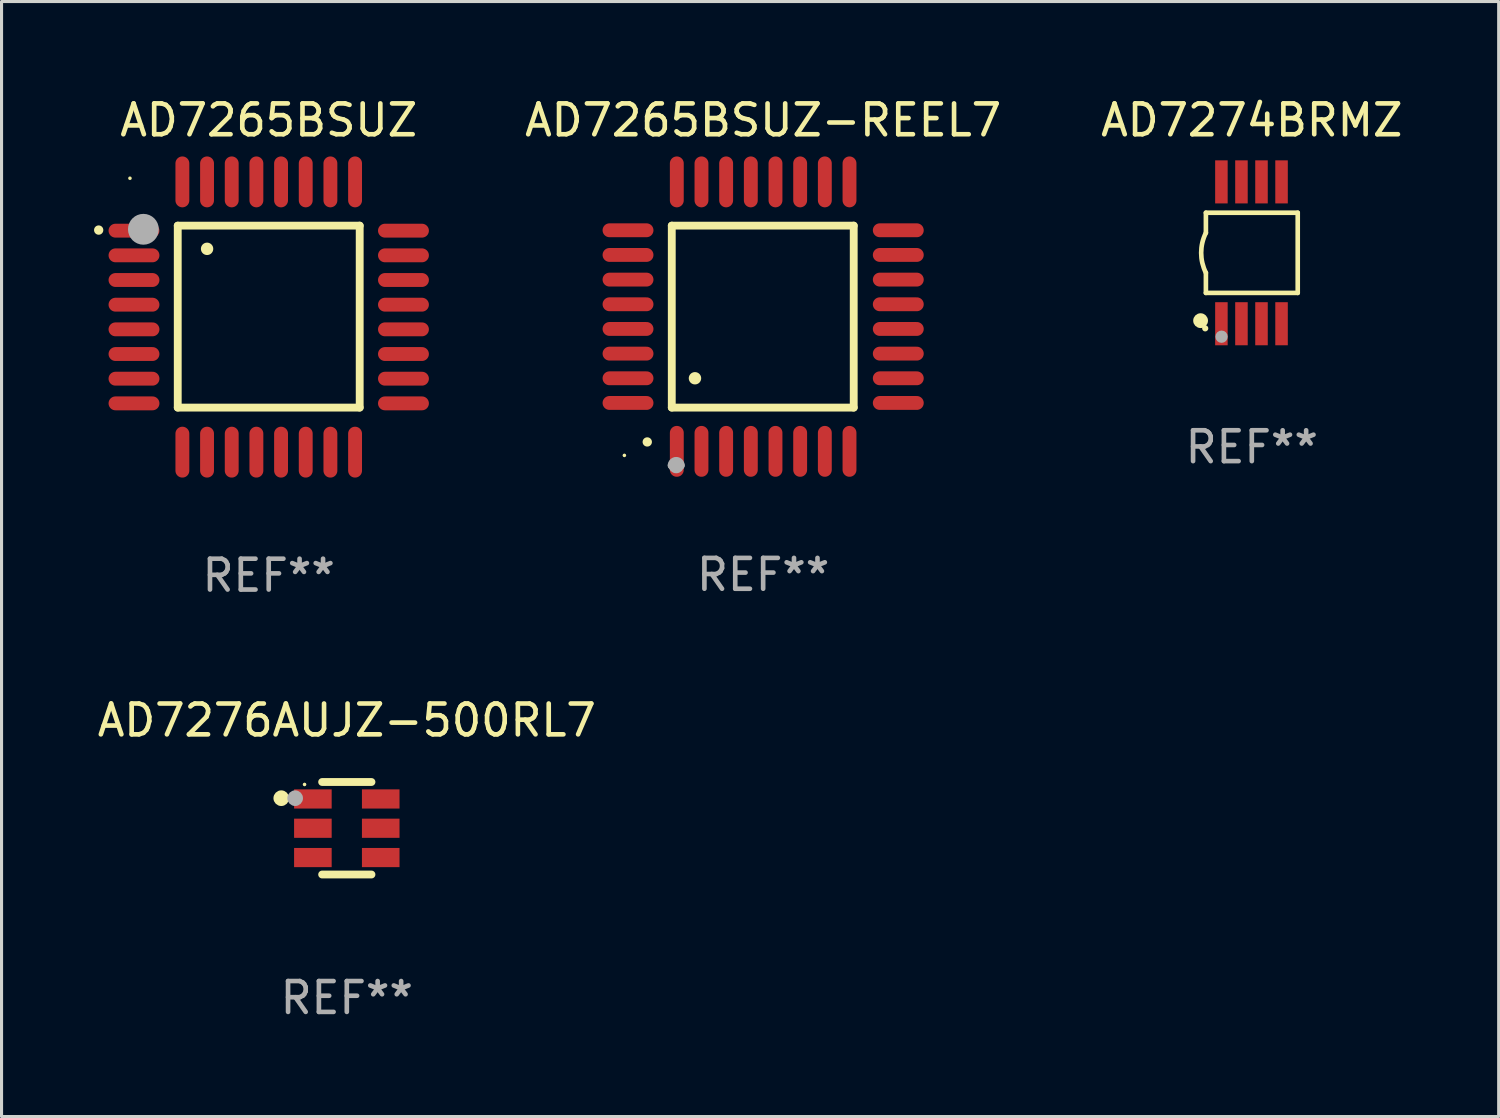
<source format=kicad_pcb>
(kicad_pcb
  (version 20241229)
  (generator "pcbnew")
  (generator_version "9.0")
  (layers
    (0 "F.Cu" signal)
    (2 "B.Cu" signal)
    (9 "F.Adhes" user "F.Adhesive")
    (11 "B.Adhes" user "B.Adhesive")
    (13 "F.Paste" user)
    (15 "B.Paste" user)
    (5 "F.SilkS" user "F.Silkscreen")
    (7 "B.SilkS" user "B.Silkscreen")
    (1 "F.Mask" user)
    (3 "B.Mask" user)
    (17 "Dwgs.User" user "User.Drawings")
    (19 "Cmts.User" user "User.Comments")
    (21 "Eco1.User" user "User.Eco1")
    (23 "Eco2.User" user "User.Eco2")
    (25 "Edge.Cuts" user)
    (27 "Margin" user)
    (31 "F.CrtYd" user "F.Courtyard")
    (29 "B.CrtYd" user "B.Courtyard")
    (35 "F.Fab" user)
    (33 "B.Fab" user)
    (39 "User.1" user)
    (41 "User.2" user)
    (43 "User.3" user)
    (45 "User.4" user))
  (footprint "AD7265BSUZ"
    (layer "F.Cu")
    (at 5.664 7.23)
    (property "Reference" "AD7265BSUZ" (at 0 -6.382 0) (layer "F.SilkS") (effects (font (size 1 1) (thickness 0.15))))
    (attr through_hole)
    (fp_line (start -2.95 -2.963) (end -2.95 2.937) (stroke (width 0.254) (type solid)) (layer "F.SilkS"))
    (fp_line (start -2.95 2.937) (end 2.95 2.937) (stroke (width 0.254) (type solid)) (layer "F.SilkS"))
    (fp_line (start 2.95 -2.963) (end -2.95 -2.963) (stroke (width 0.254) (type solid)) (layer "F.SilkS"))
    (fp_line (start 2.95 2.937) (end 2.95 -2.963) (stroke (width 0.254) (type solid)) (layer "F.SilkS"))
    (fp_arc (start -5.514199 -2.818136) (mid -5.514204 -2.819406) (end -5.514199 -2.820676) (stroke (width 0.3) (type solid)) (layer "F.SilkS"))
    (fp_arc (start -1.998984 -2.209804) (mid -1.998988 -2.211074) (end -1.998984 -2.212344) (stroke (width 0.4) (type solid)) (layer "F.SilkS"))
    (fp_circle (center -4.5 -4.5) (end -4.47 -4.5) (stroke (width 0.06) (type solid)) (fill no) (layer "F.SilkS"))
    (fp_circle (center -4.064 -2.845) (end -3.814 -2.845) (stroke (width 0.5) (type solid)) (fill no) (layer "F.Fab"))
    (fp_text user "REF**" (at 0 8.382 0) (layer "F.Fab") (effects (font (size 1 1) (thickness 0.15))))
    (pad "1" smd oval (at -4.369 -2.8 90) (size 0.45 1.65) (layers "F.Cu" "F.Mask" "F.Paste"))
    (pad "2" smd oval (at -4.369 -2 90) (size 0.45 1.65) (layers "F.Cu" "F.Mask" "F.Paste"))
    (pad "3" smd oval (at -4.369 -1.2 90) (size 0.45 1.65) (layers "F.Cu" "F.Mask" "F.Paste"))
    (pad "4" smd oval (at -4.369 -0.4 90) (size 0.45 1.65) (layers "F.Cu" "F.Mask" "F.Paste"))
    (pad "5" smd oval (at -4.369 0.4 90) (size 0.45 1.65) (layers "F.Cu" "F.Mask" "F.Paste"))
    (pad "6" smd oval (at -4.369 1.2 90) (size 0.45 1.65) (layers "F.Cu" "F.Mask" "F.Paste"))
    (pad "7" smd oval (at -4.369 2 90) (size 0.45 1.65) (layers "F.Cu" "F.Mask" "F.Paste"))
    (pad "8" smd oval (at -4.369 2.8 90) (size 0.45 1.65) (layers "F.Cu" "F.Mask" "F.Paste"))
    (pad "9" smd oval (at -2.8 4.382) (size 0.45 1.65) (layers "F.Cu" "F.Mask" "F.Paste"))
    (pad "10" smd oval (at -2 4.382) (size 0.45 1.65) (layers "F.Cu" "F.Mask" "F.Paste"))
    (pad "11" smd oval (at -1.2 4.382) (size 0.45 1.65) (layers "F.Cu" "F.Mask" "F.Paste"))
    (pad "12" smd oval (at -0.4 4.382) (size 0.45 1.65) (layers "F.Cu" "F.Mask" "F.Paste"))
    (pad "13" smd oval (at 0.4 4.382) (size 0.45 1.65) (layers "F.Cu" "F.Mask" "F.Paste"))
    (pad "14" smd oval (at 1.2 4.382) (size 0.45 1.65) (layers "F.Cu" "F.Mask" "F.Paste"))
    (pad "15" smd oval (at 2 4.382) (size 0.45 1.65) (layers "F.Cu" "F.Mask" "F.Paste"))
    (pad "16" smd oval (at 2.8 4.382) (size 0.45 1.65) (layers "F.Cu" "F.Mask" "F.Paste"))
    (pad "17" smd oval (at 4.369 2.8 90) (size 0.45 1.65) (layers "F.Cu" "F.Mask" "F.Paste"))
    (pad "18" smd oval (at 4.369 2 90) (size 0.45 1.65) (layers "F.Cu" "F.Mask" "F.Paste"))
    (pad "19" smd oval (at 4.369 1.2 90) (size 0.45 1.65) (layers "F.Cu" "F.Mask" "F.Paste"))
    (pad "20" smd oval (at 4.369 0.4 90) (size 0.45 1.65) (layers "F.Cu" "F.Mask" "F.Paste"))
    (pad "21" smd oval (at 4.369 -0.4 90) (size 0.45 1.65) (layers "F.Cu" "F.Mask" "F.Paste"))
    (pad "22" smd oval (at 4.369 -1.2 90) (size 0.45 1.65) (layers "F.Cu" "F.Mask" "F.Paste"))
    (pad "23" smd oval (at 4.369 -2 90) (size 0.45 1.65) (layers "F.Cu" "F.Mask" "F.Paste"))
    (pad "24" smd oval (at 4.369 -2.8 90) (size 0.45 1.65) (layers "F.Cu" "F.Mask" "F.Paste"))
    (pad "25" smd oval (at 2.8 -4.382) (size 0.45 1.65) (layers "F.Cu" "F.Mask" "F.Paste"))
    (pad "26" smd oval (at 2 -4.382) (size 0.45 1.65) (layers "F.Cu" "F.Mask" "F.Paste"))
    (pad "27" smd oval (at 1.2 -4.382) (size 0.45 1.65) (layers "F.Cu" "F.Mask" "F.Paste"))
    (pad "28" smd oval (at 0.4 -4.382) (size 0.45 1.65) (layers "F.Cu" "F.Mask" "F.Paste"))
    (pad "29" smd oval (at -0.4 -4.382) (size 0.45 1.65) (layers "F.Cu" "F.Mask" "F.Paste"))
    (pad "30" smd oval (at -1.2 -4.382) (size 0.45 1.65) (layers "F.Cu" "F.Mask" "F.Paste"))
    (pad "31" smd oval (at -2 -4.382) (size 0.45 1.65) (layers "F.Cu" "F.Mask" "F.Paste"))
    (pad "32" smd oval (at -2.8 -4.382) (size 0.45 1.65) (layers "F.Cu" "F.Mask" "F.Paste")))
  (footprint "AD7276AUJZ-500RL7"
    (layer "F.Cu")
    (at 8.196 23.808)
    (property "Reference" "AD7276AUJZ-500RL7" (at 0 -3.5 0) (layer "F.SilkS") (effects (font (size 1 1) (thickness 0.15))))
    (attr through_hole)
    (fp_line (start -0.8 -1.5) (end 0.8 -1.5) (stroke (width 0.254) (type solid)) (layer "F.SilkS"))
    (fp_line (start 0.8 1.5) (end -0.8 1.5) (stroke (width 0.254) (type solid)) (layer "F.SilkS"))
    (fp_circle (center -2.125 -0.975) (end -1.998 -0.975) (stroke (width 0.254) (type solid)) (fill no) (layer "F.SilkS"))
    (fp_circle (center -1.37 -1.42) (end -1.34 -1.42) (stroke (width 0.06) (type solid)) (fill no) (layer "F.SilkS"))
    (fp_circle (center -1.675 -0.975) (end -1.548 -0.975) (stroke (width 0.254) (type solid)) (fill no) (layer "F.Fab"))
    (fp_text user "REF**" (at 0 5.5 0) (layer "F.Fab") (effects (font (size 1 1) (thickness 0.15))))
    (pad "1" smd rect (at -1.1 -0.95 180) (size 1.219 0.622) (layers "F.Cu" "F.Mask" "F.Paste"))
    (pad "2" smd rect (at -1.1 -0.000152 180) (size 1.219 0.622) (layers "F.Cu" "F.Mask" "F.Paste"))
    (pad "3" smd rect (at -1.1 0.95 180) (size 1.219 0.622) (layers "F.Cu" "F.Mask" "F.Paste"))
    (pad "4" smd rect (at 1.1 0.95) (size 1.219 0.622) (layers "F.Cu" "F.Mask" "F.Paste"))
    (pad "5" smd rect (at 1.1 -0.000152) (size 1.219 0.622) (layers "F.Cu" "F.Mask" "F.Paste"))
    (pad "6" smd rect (at 1.1 -0.95) (size 1.219 0.622) (layers "F.Cu" "F.Mask" "F.Paste")))
  (footprint "AD7265BSUZ-REEL7"
    (layer "F.Cu")
    (at 21.697 7.217)
    (property "Reference" "AD7265BSUZ-REEL7" (at 0 -6.369 0) (layer "F.SilkS") (effects (font (size 1 1) (thickness 0.15))))
    (attr through_hole)
    (fp_line (start -2.963 -2.95) (end -2.963 2.95) (stroke (width 0.254) (type solid)) (layer "F.SilkS"))
    (fp_line (start -2.963 2.95) (end 2.937 2.95) (stroke (width 0.254) (type solid)) (layer "F.SilkS"))
    (fp_line (start 2.937 -2.95) (end -2.963 -2.95) (stroke (width 0.254) (type solid)) (layer "F.SilkS"))
    (fp_line (start 2.937 2.95) (end 2.937 -2.95) (stroke (width 0.254) (type solid)) (layer "F.SilkS"))
    (fp_arc (start -3.759208 4.064008) (mid -3.757938 4.064003) (end -3.756668 4.064008) (stroke (width 0.3) (type solid)) (layer "F.SilkS"))
    (fp_arc (start -2.212344 1.998984) (mid -2.211074 1.99898) (end -2.209804 1.998984) (stroke (width 0.4) (type solid)) (layer "F.SilkS"))
    (fp_circle (center -4.5 4.5) (end -4.47 4.5) (stroke (width 0.06) (type solid)) (fill no) (layer "F.SilkS"))
    (fp_arc (start -2.967489 4.82601) (mid -2.819406 4.677927) (end -2.671323 4.82601) (stroke (width 0.254001) (type solid)) (layer "F.Fab"))
    (fp_arc (start -2.967488 4.82601) (mid -2.819406 4.791053) (end -2.671324 4.82601) (stroke (width 0.254001) (type solid)) (layer "F.Fab"))
    (fp_circle (center -2.819 4.826) (end -2.692 4.826) (stroke (width 0.254) (type solid)) (fill no) (layer "F.Fab"))
    (fp_text user "REF**" (at 0 8.369 0) (layer "F.Fab") (effects (font (size 1 1) (thickness 0.15))))
    (pad "1" smd oval (at -2.8 4.369) (size 0.45 1.65) (layers "F.Cu" "F.Mask" "F.Paste"))
    (pad "2" smd oval (at -2 4.369) (size 0.45 1.65) (layers "F.Cu" "F.Mask" "F.Paste"))
    (pad "3" smd oval (at -1.2 4.369) (size 0.45 1.65) (layers "F.Cu" "F.Mask" "F.Paste"))
    (pad "4" smd oval (at -0.4 4.369) (size 0.45 1.65) (layers "F.Cu" "F.Mask" "F.Paste"))
    (pad "5" smd oval (at 0.4 4.369) (size 0.45 1.65) (layers "F.Cu" "F.Mask" "F.Paste"))
    (pad "6" smd oval (at 1.2 4.369) (size 0.45 1.65) (layers "F.Cu" "F.Mask" "F.Paste"))
    (pad "7" smd oval (at 2 4.369) (size 0.45 1.65) (layers "F.Cu" "F.Mask" "F.Paste"))
    (pad "8" smd oval (at 2.8 4.369) (size 0.45 1.65) (layers "F.Cu" "F.Mask" "F.Paste"))
    (pad "9" smd oval (at 4.382 2.8) (size 1.65 0.45) (layers "F.Cu" "F.Mask" "F.Paste"))
    (pad "10" smd oval (at 4.382 2) (size 1.65 0.45) (layers "F.Cu" "F.Mask" "F.Paste"))
    (pad "11" smd oval (at 4.382 1.2) (size 1.65 0.45) (layers "F.Cu" "F.Mask" "F.Paste"))
    (pad "12" smd oval (at 4.382 0.4) (size 1.65 0.45) (layers "F.Cu" "F.Mask" "F.Paste"))
    (pad "13" smd oval (at 4.382 -0.4) (size 1.65 0.45) (layers "F.Cu" "F.Mask" "F.Paste"))
    (pad "14" smd oval (at 4.382 -1.2) (size 1.65 0.45) (layers "F.Cu" "F.Mask" "F.Paste"))
    (pad "15" smd oval (at 4.382 -2) (size 1.65 0.45) (layers "F.Cu" "F.Mask" "F.Paste"))
    (pad "16" smd oval (at 4.382 -2.8) (size 1.65 0.45) (layers "F.Cu" "F.Mask" "F.Paste"))
    (pad "17" smd oval (at 2.8 -4.369) (size 0.45 1.65) (layers "F.Cu" "F.Mask" "F.Paste"))
    (pad "18" smd oval (at 2 -4.369) (size 0.45 1.65) (layers "F.Cu" "F.Mask" "F.Paste"))
    (pad "19" smd oval (at 1.2 -4.369) (size 0.45 1.65) (layers "F.Cu" "F.Mask" "F.Paste"))
    (pad "20" smd oval (at 0.4 -4.369) (size 0.45 1.65) (layers "F.Cu" "F.Mask" "F.Paste"))
    (pad "21" smd oval (at -0.4 -4.369) (size 0.45 1.65) (layers "F.Cu" "F.Mask" "F.Paste"))
    (pad "22" smd oval (at -1.2 -4.369) (size 0.45 1.65) (layers "F.Cu" "F.Mask" "F.Paste"))
    (pad "23" smd oval (at -2 -4.369) (size 0.45 1.65) (layers "F.Cu" "F.Mask" "F.Paste"))
    (pad "24" smd oval (at -2.8 -4.369) (size 0.45 1.65) (layers "F.Cu" "F.Mask" "F.Paste"))
    (pad "25" smd oval (at -4.382 -2.8) (size 1.65 0.45) (layers "F.Cu" "F.Mask" "F.Paste"))
    (pad "26" smd oval (at -4.382 -2) (size 1.65 0.45) (layers "F.Cu" "F.Mask" "F.Paste"))
    (pad "27" smd oval (at -4.382 -1.2) (size 1.65 0.45) (layers "F.Cu" "F.Mask" "F.Paste"))
    (pad "28" smd oval (at -4.382 -0.4) (size 1.65 0.45) (layers "F.Cu" "F.Mask" "F.Paste"))
    (pad "29" smd oval (at -4.382 0.4) (size 1.65 0.45) (layers "F.Cu" "F.Mask" "F.Paste"))
    (pad "30" smd oval (at -4.382 1.2) (size 1.65 0.45) (layers "F.Cu" "F.Mask" "F.Paste"))
    (pad "31" smd oval (at -4.382 2) (size 1.65 0.45) (layers "F.Cu" "F.Mask" "F.Paste"))
    (pad "32" smd oval (at -4.382 2.8) (size 1.65 0.45) (layers "F.Cu" "F.Mask" "F.Paste")))
  (footprint "AD7274BRMZ"
    (layer "F.Cu")
    (at 37.543 5.148)
    (property "Reference" "AD7274BRMZ" (at 0 -4.3 0) (layer "F.SilkS") (effects (font (size 1 1) (thickness 0.15))))
    (attr through_hole)
    (fp_line (start -1.489 -1.3) (end -1.489 -0.648) (stroke (width 0.15) (type solid)) (layer "F.SilkS"))
    (fp_line (start -1.489 0.648) (end -1.489 1.3) (stroke (width 0.15) (type solid)) (layer "F.SilkS"))
    (fp_line (start -1.489 1.3) (end 1.489 1.3) (stroke (width 0.15) (type solid)) (layer "F.SilkS"))
    (fp_line (start 1.489 -1.3) (end -1.489 -1.3) (stroke (width 0.15) (type solid)) (layer "F.SilkS"))
    (fp_line (start 1.489 1.3) (end 1.489 -1.3) (stroke (width 0.15) (type solid)) (layer "F.SilkS"))
    (fp_arc (start -1.489205 0.647702) (mid -1.642107 0) (end -1.489205 -0.647701) (stroke (width 0.150013) (type solid)) (layer "F.SilkS"))
    (fp_circle (center -1.661 2.2) (end -1.541 2.2) (stroke (width 0.24) (type solid)) (fill no) (layer "F.SilkS"))
    (fp_circle (center -1.511 2.45) (end -1.461 2.45) (stroke (width 0.1) (type solid)) (fill no) (layer "F.SilkS"))
    (fp_circle (center -0.981 2.72) (end -0.881 2.72) (stroke (width 0.2) (type solid)) (fill no) (layer "F.Fab"))
    (fp_text user "REF**" (at 0 6.3 0) (layer "F.Fab") (effects (font (size 1 1) (thickness 0.15))))
    (pad "1" smd rect (at -0.986 2.3) (size 0.406 1.397) (layers "F.Cu" "F.Mask" "F.Paste"))
    (pad "2" smd rect (at -0.336 2.3) (size 0.406 1.397) (layers "F.Cu" "F.Mask" "F.Paste"))
    (pad "3" smd rect (at 0.314 2.3) (size 0.406 1.397) (layers "F.Cu" "F.Mask" "F.Paste"))
    (pad "4" smd rect (at 0.964 2.3) (size 0.406 1.397) (layers "F.Cu" "F.Mask" "F.Paste"))
    (pad "5" smd rect (at 0.964 -2.3) (size 0.406 1.397) (layers "F.Cu" "F.Mask" "F.Paste"))
    (pad "6" smd rect (at 0.314 -2.3) (size 0.406 1.397) (layers "F.Cu" "F.Mask" "F.Paste"))
    (pad "7" smd rect (at -0.336 -2.3) (size 0.406 1.397) (layers "F.Cu" "F.Mask" "F.Paste"))
    (pad "8" smd rect (at -0.986 -2.3) (size 0.406 1.397) (layers "F.Cu" "F.Mask" "F.Paste")))
  (gr_rect
    (start -3 -3)
    (end 45.548 33.156)
    (stroke (width 0.1) (type default))
    (fill no)
    (layer "Edge.Cuts")))
</source>
